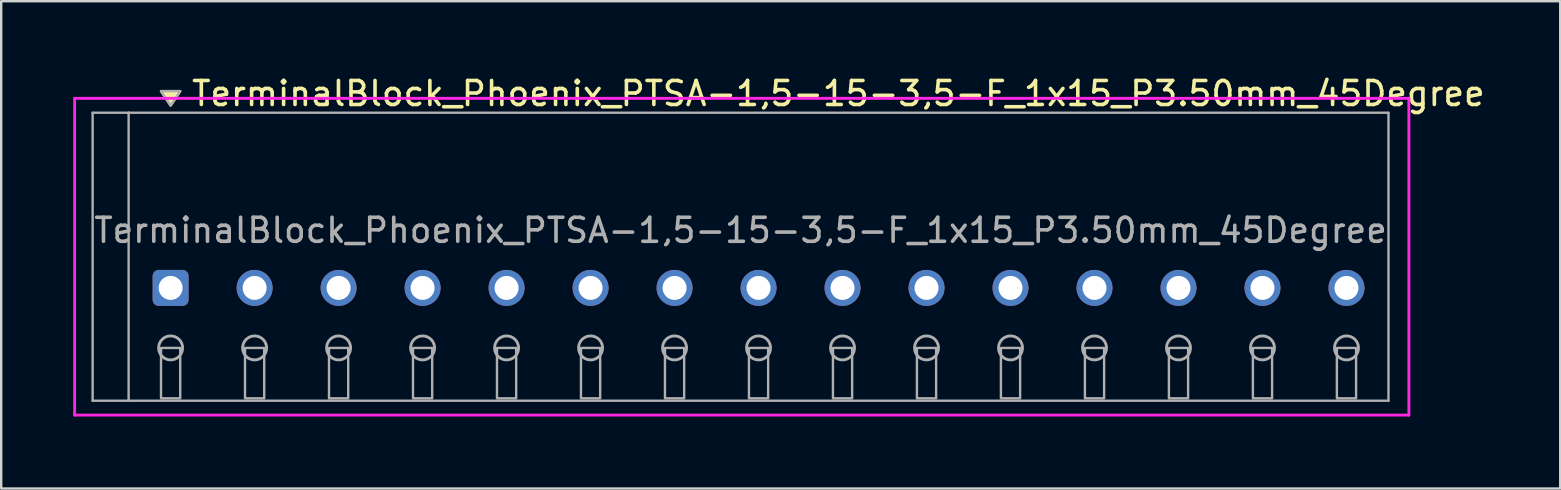
<source format=kicad_pcb>
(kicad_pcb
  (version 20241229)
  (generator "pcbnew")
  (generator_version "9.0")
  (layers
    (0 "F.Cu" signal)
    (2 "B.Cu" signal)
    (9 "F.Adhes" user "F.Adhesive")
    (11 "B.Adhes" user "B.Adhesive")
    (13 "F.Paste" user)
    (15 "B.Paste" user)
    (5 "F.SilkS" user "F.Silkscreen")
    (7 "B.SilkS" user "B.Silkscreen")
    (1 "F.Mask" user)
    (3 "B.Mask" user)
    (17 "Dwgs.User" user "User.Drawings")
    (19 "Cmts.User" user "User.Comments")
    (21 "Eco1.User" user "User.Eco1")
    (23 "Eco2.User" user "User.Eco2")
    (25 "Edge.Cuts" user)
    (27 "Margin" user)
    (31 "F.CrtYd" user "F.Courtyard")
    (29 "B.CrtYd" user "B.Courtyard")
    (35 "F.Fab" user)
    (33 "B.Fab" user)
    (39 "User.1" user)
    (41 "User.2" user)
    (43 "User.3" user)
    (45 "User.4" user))
  (footprint "TerminalBlock_Phoenix_PTSA-1,5-15-3,5-F_1x15_P3.50mm_45Degree"
    (layer "F.Cu")
    (at 4.06 8.948)
    (property "Reference" "TerminalBlock_Phoenix_PTSA-1,5-15-3,5-F_1x15_P3.50mm_45Degree" (at 0.8 -8.1 0) (layer "F.SilkS") (effects (font (size 1 1) (thickness 0.15)) (justify left)))
    (attr through_hole)
    (fp_poly (pts (xy 0 -7.6) (xy -0.4 -8.2) (xy 0.4 -8.2)) (stroke (width 0.1) (type solid)) (fill yes) (layer "F.SilkS"))
    (fp_line (start -4 -7.9) (end 51.6 -7.9) (stroke (width 0.12) (type solid)) (layer "F.CrtYd"))
    (fp_line (start -4 5.3) (end -4 -7.9) (stroke (width 0.12) (type solid)) (layer "F.CrtYd"))
    (fp_line (start 51.6 -7.9) (end 51.6 5.3) (stroke (width 0.12) (type solid)) (layer "F.CrtYd"))
    (fp_line (start 51.6 5.3) (end -4 5.3) (stroke (width 0.12) (type solid)) (layer "F.CrtYd"))
    (fp_line (start -3.25 -7.3) (end -1.75 -7.3) (stroke (width 0.1) (type solid)) (layer "F.Fab"))
    (fp_line (start -3.25 4.7) (end -3.25 -7.3) (stroke (width 0.1) (type solid)) (layer "F.Fab"))
    (fp_line (start -1.75 -7.3) (end -1.75 4.7) (stroke (width 0.1) (type solid)) (layer "F.Fab"))
    (fp_line (start -1.75 4.7) (end -3.25 4.7) (stroke (width 0.1) (type solid)) (layer "F.Fab"))
    (fp_line (start -1.75 4.7) (end 50.75 4.7) (stroke (width 0.1) (type solid)) (layer "F.Fab"))
    (fp_line (start 50.75 -7.3) (end -1.75 -7.3) (stroke (width 0.1) (type solid)) (layer "F.Fab"))
    (fp_line (start 50.75 4.7) (end 50.75 -7.3) (stroke (width 0.1) (type solid)) (layer "F.Fab"))
    (fp_circle (center 0 2.5) (end -0.5 2.5) (stroke (width 0.12) (type solid)) (fill no) (layer "F.Fab"))
    (fp_circle (center 3.5 2.5) (end 3 2.5) (stroke (width 0.12) (type solid)) (fill no) (layer "F.Fab"))
    (fp_circle (center 7 2.5) (end 6.5 2.5) (stroke (width 0.12) (type solid)) (fill no) (layer "F.Fab"))
    (fp_circle (center 10.5 2.5) (end 10 2.5) (stroke (width 0.12) (type solid)) (fill no) (layer "F.Fab"))
    (fp_circle (center 14 2.5) (end 13.5 2.5) (stroke (width 0.12) (type solid)) (fill no) (layer "F.Fab"))
    (fp_circle (center 17.5 2.5) (end 17 2.5) (stroke (width 0.12) (type solid)) (fill no) (layer "F.Fab"))
    (fp_circle (center 21 2.5) (end 20.5 2.5) (stroke (width 0.12) (type solid)) (fill no) (layer "F.Fab"))
    (fp_circle (center 24.5 2.5) (end 24 2.5) (stroke (width 0.12) (type solid)) (fill no) (layer "F.Fab"))
    (fp_circle (center 28 2.5) (end 27.5 2.5) (stroke (width 0.12) (type solid)) (fill no) (layer "F.Fab"))
    (fp_circle (center 31.5 2.5) (end 31 2.5) (stroke (width 0.12) (type solid)) (fill no) (layer "F.Fab"))
    (fp_circle (center 35 2.5) (end 34.5 2.5) (stroke (width 0.12) (type solid)) (fill no) (layer "F.Fab"))
    (fp_circle (center 38.5 2.5) (end 38 2.5) (stroke (width 0.12) (type solid)) (fill no) (layer "F.Fab"))
    (fp_circle (center 42 2.5) (end 41.5 2.5) (stroke (width 0.12) (type solid)) (fill no) (layer "F.Fab"))
    (fp_circle (center 45.5 2.5) (end 45 2.5) (stroke (width 0.12) (type solid)) (fill no) (layer "F.Fab"))
    (fp_circle (center 49 2.5) (end 48.5 2.5) (stroke (width 0.12) (type solid)) (fill no) (layer "F.Fab"))
    (fp_poly (pts (xy 0 -7.6) (xy -0.4 -8.2) (xy 0.4 -8.2)) (stroke (width 0.1) (type solid)) (fill no) (layer "F.Fab"))
    (fp_poly (pts (xy -0.4 2.5) (xy -0.4 4.6) (xy 0.4 4.6) (xy 0.4 2.5)) (stroke (width 0.1) (type solid)) (fill no) (layer "F.Fab"))
    (fp_poly (pts (xy 3.1 2.5) (xy 3.1 4.6) (xy 3.9 4.6) (xy 3.9 2.5)) (stroke (width 0.1) (type solid)) (fill no) (layer "F.Fab"))
    (fp_poly (pts (xy 6.6 2.5) (xy 6.6 4.6) (xy 7.4 4.6) (xy 7.4 2.5)) (stroke (width 0.1) (type solid)) (fill no) (layer "F.Fab"))
    (fp_poly (pts (xy 10.1 2.5) (xy 10.1 4.6) (xy 10.9 4.6) (xy 10.9 2.5)) (stroke (width 0.1) (type solid)) (fill no) (layer "F.Fab"))
    (fp_poly (pts (xy 13.6 2.5) (xy 13.6 4.6) (xy 14.4 4.6) (xy 14.4 2.5)) (stroke (width 0.1) (type solid)) (fill no) (layer "F.Fab"))
    (fp_poly (pts (xy 17.1 2.5) (xy 17.1 4.6) (xy 17.9 4.6) (xy 17.9 2.5)) (stroke (width 0.1) (type solid)) (fill no) (layer "F.Fab"))
    (fp_poly (pts (xy 20.6 2.5) (xy 20.6 4.6) (xy 21.4 4.6) (xy 21.4 2.5)) (stroke (width 0.1) (type solid)) (fill no) (layer "F.Fab"))
    (fp_poly (pts (xy 24.1 2.5) (xy 24.1 4.6) (xy 24.9 4.6) (xy 24.9 2.5)) (stroke (width 0.1) (type solid)) (fill no) (layer "F.Fab"))
    (fp_poly (pts (xy 27.6 2.5) (xy 27.6 4.6) (xy 28.4 4.6) (xy 28.4 2.5)) (stroke (width 0.1) (type solid)) (fill no) (layer "F.Fab"))
    (fp_poly (pts (xy 31.1 2.5) (xy 31.1 4.6) (xy 31.9 4.6) (xy 31.9 2.5)) (stroke (width 0.1) (type solid)) (fill no) (layer "F.Fab"))
    (fp_poly (pts (xy 34.6 2.5) (xy 34.6 4.6) (xy 35.4 4.6) (xy 35.4 2.5)) (stroke (width 0.1) (type solid)) (fill no) (layer "F.Fab"))
    (fp_poly (pts (xy 38.1 2.5) (xy 38.1 4.6) (xy 38.9 4.6) (xy 38.9 2.5)) (stroke (width 0.1) (type solid)) (fill no) (layer "F.Fab"))
    (fp_poly (pts (xy 41.6 2.5) (xy 41.6 4.6) (xy 42.4 4.6) (xy 42.4 2.5)) (stroke (width 0.1) (type solid)) (fill no) (layer "F.Fab"))
    (fp_poly (pts (xy 45.1 2.5) (xy 45.1 4.6) (xy 45.9 4.6) (xy 45.9 2.5)) (stroke (width 0.1) (type solid)) (fill no) (layer "F.Fab"))
    (fp_poly (pts (xy 48.6 2.5) (xy 48.6 4.6) (xy 49.4 4.6) (xy 49.4 2.5)) (stroke (width 0.1) (type solid)) (fill no) (layer "F.Fab"))
    (fp_text user "${REFERENCE}" (at 23.75 -2.4 0) (layer "F.Fab") (effects (font (size 1 1) (thickness 0.15))))
    (pad "1" thru_hole roundrect (at 0 0) (size 1.5 1.5) (drill 1) (layers "*.Cu" "*.Mask") (roundrect_rratio 0.167))
    (pad "2" thru_hole oval (at 3.5 0) (size 1.5 1.5) (drill 1) (layers "*.Cu" "*.Mask"))
    (pad "3" thru_hole oval (at 7 0) (size 1.5 1.5) (drill 1) (layers "*.Cu" "*.Mask"))
    (pad "4" thru_hole oval (at 10.5 0) (size 1.5 1.5) (drill 1) (layers "*.Cu" "*.Mask"))
    (pad "5" thru_hole oval (at 14 0) (size 1.5 1.5) (drill 1) (layers "*.Cu" "*.Mask"))
    (pad "6" thru_hole oval (at 17.5 0) (size 1.5 1.5) (drill 1) (layers "*.Cu" "*.Mask"))
    (pad "7" thru_hole oval (at 21 0) (size 1.5 1.5) (drill 1) (layers "*.Cu" "*.Mask"))
    (pad "8" thru_hole oval (at 24.5 0) (size 1.5 1.5) (drill 1) (layers "*.Cu" "*.Mask"))
    (pad "9" thru_hole oval (at 28 0) (size 1.5 1.5) (drill 1) (layers "*.Cu" "*.Mask"))
    (pad "10" thru_hole oval (at 31.5 0) (size 1.5 1.5) (drill 1) (layers "*.Cu" "*.Mask"))
    (pad "11" thru_hole oval (at 35 0) (size 1.5 1.5) (drill 1) (layers "*.Cu" "*.Mask"))
    (pad "12" thru_hole oval (at 38.5 0) (size 1.5 1.5) (drill 1) (layers "*.Cu" "*.Mask"))
    (pad "13" thru_hole oval (at 42 0) (size 1.5 1.5) (drill 1) (layers "*.Cu" "*.Mask"))
    (pad "14" thru_hole oval (at 45.5 0) (size 1.5 1.5) (drill 1) (layers "*.Cu" "*.Mask"))
    (pad "15" thru_hole oval (at 49 0) (size 1.5 1.5) (drill 1) (layers "*.Cu" "*.Mask")))
  (gr_rect
    (start -3 -3)
    (end 61.967 17.308)
    (stroke (width 0.1) (type default))
    (fill no)
    (layer "Edge.Cuts")))
</source>
